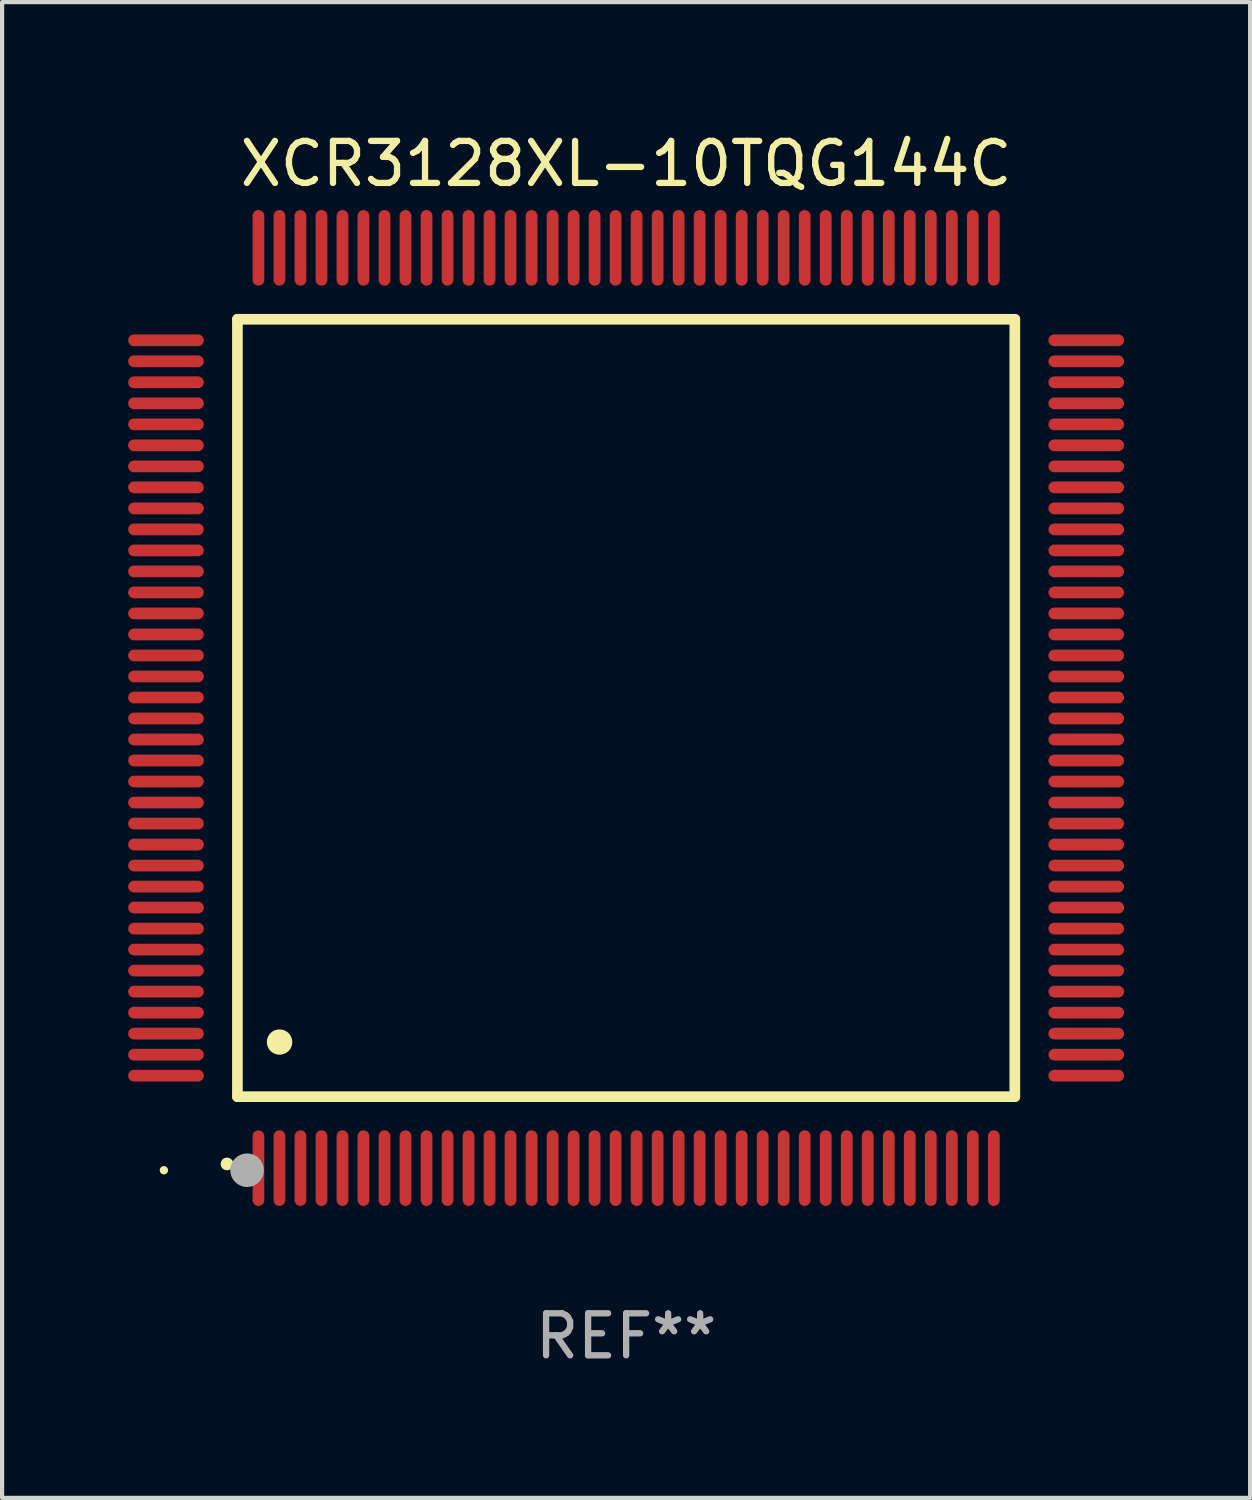
<source format=kicad_pcb>
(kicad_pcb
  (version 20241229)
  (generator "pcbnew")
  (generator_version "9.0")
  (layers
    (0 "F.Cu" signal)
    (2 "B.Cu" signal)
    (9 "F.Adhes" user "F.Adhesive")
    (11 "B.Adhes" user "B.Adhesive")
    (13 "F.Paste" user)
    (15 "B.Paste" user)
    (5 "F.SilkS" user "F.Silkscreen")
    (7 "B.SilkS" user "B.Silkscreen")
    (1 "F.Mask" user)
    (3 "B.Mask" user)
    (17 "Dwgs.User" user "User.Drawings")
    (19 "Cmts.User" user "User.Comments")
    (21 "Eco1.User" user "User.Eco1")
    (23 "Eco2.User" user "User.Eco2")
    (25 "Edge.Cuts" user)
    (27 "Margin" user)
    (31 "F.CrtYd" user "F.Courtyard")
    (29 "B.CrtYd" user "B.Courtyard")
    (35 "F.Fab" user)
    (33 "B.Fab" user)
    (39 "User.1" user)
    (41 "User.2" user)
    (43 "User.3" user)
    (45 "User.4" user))
  (footprint "XCR3128XL-10TQG144C"
    (layer "F.Cu")
    (at 11.85 13.798)
    (property "Reference" "XCR3128XL-10TQG144C" (at 0 -12.95 0) (layer "F.SilkS") (effects (font (size 1 1) (thickness 0.15))))
    (attr through_hole)
    (fp_line (start -9.25 -9.25) (end -9.25 9.25) (stroke (width 0.254) (type solid)) (layer "F.SilkS"))
    (fp_line (start -9.25 9.25) (end 9.25 9.25) (stroke (width 0.254) (type solid)) (layer "F.SilkS"))
    (fp_line (start 9.25 -9.25) (end -9.25 -9.25) (stroke (width 0.254) (type solid)) (layer "F.SilkS"))
    (fp_line (start 9.25 9.25) (end 9.25 -9.25) (stroke (width 0.254) (type solid)) (layer "F.SilkS"))
    (fp_arc (start -9.499619 10.850902) (mid -9.498349 10.850897) (end -9.497079 10.850902) (stroke (width 0.3) (type solid)) (layer "F.SilkS"))
    (fp_arc (start -8.249936 7.950216) (mid -8.247396 7.950205) (end -8.244856 7.950216) (stroke (width 0.6) (type solid)) (layer "F.SilkS"))
    (fp_circle (center -11 11) (end -10.95 11) (stroke (width 0.1) (type solid)) (fill no) (layer "F.SilkS"))
    (fp_circle (center -9.02 11) (end -8.82 11) (stroke (width 0.4) (type solid)) (fill no) (layer "F.Fab"))
    (fp_text user "REF**" (at 0 14.95 0) (layer "F.Fab") (effects (font (size 1 1) (thickness 0.15))))
    (pad "1" smd oval (at -8.75 10.95) (size 0.28 1.8) (layers "F.Cu" "F.Mask" "F.Paste"))
    (pad "2" smd oval (at -8.25 10.95) (size 0.28 1.8) (layers "F.Cu" "F.Mask" "F.Paste"))
    (pad "3" smd oval (at -7.75 10.95) (size 0.28 1.8) (layers "F.Cu" "F.Mask" "F.Paste"))
    (pad "4" smd oval (at -7.25 10.95) (size 0.28 1.8) (layers "F.Cu" "F.Mask" "F.Paste"))
    (pad "5" smd oval (at -6.75 10.95) (size 0.28 1.8) (layers "F.Cu" "F.Mask" "F.Paste"))
    (pad "6" smd oval (at -6.25 10.95) (size 0.28 1.8) (layers "F.Cu" "F.Mask" "F.Paste"))
    (pad "7" smd oval (at -5.75 10.95) (size 0.28 1.8) (layers "F.Cu" "F.Mask" "F.Paste"))
    (pad "8" smd oval (at -5.25 10.95) (size 0.28 1.8) (layers "F.Cu" "F.Mask" "F.Paste"))
    (pad "9" smd oval (at -4.75 10.95) (size 0.28 1.8) (layers "F.Cu" "F.Mask" "F.Paste"))
    (pad "10" smd oval (at -4.25 10.95) (size 0.28 1.8) (layers "F.Cu" "F.Mask" "F.Paste"))
    (pad "11" smd oval (at -3.75 10.95) (size 0.28 1.8) (layers "F.Cu" "F.Mask" "F.Paste"))
    (pad "12" smd oval (at -3.25 10.95) (size 0.28 1.8) (layers "F.Cu" "F.Mask" "F.Paste"))
    (pad "13" smd oval (at -2.75 10.95) (size 0.28 1.8) (layers "F.Cu" "F.Mask" "F.Paste"))
    (pad "14" smd oval (at -2.25 10.95) (size 0.28 1.8) (layers "F.Cu" "F.Mask" "F.Paste"))
    (pad "15" smd oval (at -1.75 10.95) (size 0.28 1.8) (layers "F.Cu" "F.Mask" "F.Paste"))
    (pad "16" smd oval (at -1.25 10.95) (size 0.28 1.8) (layers "F.Cu" "F.Mask" "F.Paste"))
    (pad "17" smd oval (at -0.75 10.95) (size 0.28 1.8) (layers "F.Cu" "F.Mask" "F.Paste"))
    (pad "18" smd oval (at -0.25 10.95) (size 0.28 1.8) (layers "F.Cu" "F.Mask" "F.Paste"))
    (pad "19" smd oval (at 0.25 10.95) (size 0.28 1.8) (layers "F.Cu" "F.Mask" "F.Paste"))
    (pad "20" smd oval (at 0.75 10.95) (size 0.28 1.8) (layers "F.Cu" "F.Mask" "F.Paste"))
    (pad "21" smd oval (at 1.25 10.95) (size 0.28 1.8) (layers "F.Cu" "F.Mask" "F.Paste"))
    (pad "22" smd oval (at 1.75 10.95) (size 0.28 1.8) (layers "F.Cu" "F.Mask" "F.Paste"))
    (pad "23" smd oval (at 2.25 10.95) (size 0.28 1.8) (layers "F.Cu" "F.Mask" "F.Paste"))
    (pad "24" smd oval (at 2.75 10.95) (size 0.28 1.8) (layers "F.Cu" "F.Mask" "F.Paste"))
    (pad "25" smd oval (at 3.25 10.95) (size 0.28 1.8) (layers "F.Cu" "F.Mask" "F.Paste"))
    (pad "26" smd oval (at 3.75 10.95) (size 0.28 1.8) (layers "F.Cu" "F.Mask" "F.Paste"))
    (pad "27" smd oval (at 4.25 10.95) (size 0.28 1.8) (layers "F.Cu" "F.Mask" "F.Paste"))
    (pad "28" smd oval (at 4.75 10.95) (size 0.28 1.8) (layers "F.Cu" "F.Mask" "F.Paste"))
    (pad "29" smd oval (at 5.25 10.95) (size 0.28 1.8) (layers "F.Cu" "F.Mask" "F.Paste"))
    (pad "30" smd oval (at 5.75 10.95) (size 0.28 1.8) (layers "F.Cu" "F.Mask" "F.Paste"))
    (pad "31" smd oval (at 6.25 10.95) (size 0.28 1.8) (layers "F.Cu" "F.Mask" "F.Paste"))
    (pad "32" smd oval (at 6.75 10.95) (size 0.28 1.8) (layers "F.Cu" "F.Mask" "F.Paste"))
    (pad "33" smd oval (at 7.25 10.95) (size 0.28 1.8) (layers "F.Cu" "F.Mask" "F.Paste"))
    (pad "34" smd oval (at 7.75 10.95) (size 0.28 1.8) (layers "F.Cu" "F.Mask" "F.Paste"))
    (pad "35" smd oval (at 8.25 10.95) (size 0.28 1.8) (layers "F.Cu" "F.Mask" "F.Paste"))
    (pad "36" smd oval (at 8.75 10.95) (size 0.28 1.8) (layers "F.Cu" "F.Mask" "F.Paste"))
    (pad "37" smd oval (at 10.95 8.75) (size 1.8 0.28) (layers "F.Cu" "F.Mask" "F.Paste"))
    (pad "38" smd oval (at 10.95 8.25) (size 1.8 0.28) (layers "F.Cu" "F.Mask" "F.Paste"))
    (pad "39" smd oval (at 10.95 7.75) (size 1.8 0.28) (layers "F.Cu" "F.Mask" "F.Paste"))
    (pad "40" smd oval (at 10.95 7.25) (size 1.8 0.28) (layers "F.Cu" "F.Mask" "F.Paste"))
    (pad "41" smd oval (at 10.95 6.75) (size 1.8 0.28) (layers "F.Cu" "F.Mask" "F.Paste"))
    (pad "42" smd oval (at 10.95 6.25) (size 1.8 0.28) (layers "F.Cu" "F.Mask" "F.Paste"))
    (pad "43" smd oval (at 10.95 5.75) (size 1.8 0.28) (layers "F.Cu" "F.Mask" "F.Paste"))
    (pad "44" smd oval (at 10.95 5.25) (size 1.8 0.28) (layers "F.Cu" "F.Mask" "F.Paste"))
    (pad "45" smd oval (at 10.95 4.75) (size 1.8 0.28) (layers "F.Cu" "F.Mask" "F.Paste"))
    (pad "46" smd oval (at 10.95 4.25) (size 1.8 0.28) (layers "F.Cu" "F.Mask" "F.Paste"))
    (pad "47" smd oval (at 10.95 3.75) (size 1.8 0.28) (layers "F.Cu" "F.Mask" "F.Paste"))
    (pad "48" smd oval (at 10.95 3.25) (size 1.8 0.28) (layers "F.Cu" "F.Mask" "F.Paste"))
    (pad "49" smd oval (at 10.95 2.75) (size 1.8 0.28) (layers "F.Cu" "F.Mask" "F.Paste"))
    (pad "50" smd oval (at 10.95 2.25) (size 1.8 0.28) (layers "F.Cu" "F.Mask" "F.Paste"))
    (pad "51" smd oval (at 10.95 1.75) (size 1.8 0.28) (layers "F.Cu" "F.Mask" "F.Paste"))
    (pad "52" smd oval (at 10.95 1.25) (size 1.8 0.28) (layers "F.Cu" "F.Mask" "F.Paste"))
    (pad "53" smd oval (at 10.95 0.75) (size 1.8 0.28) (layers "F.Cu" "F.Mask" "F.Paste"))
    (pad "54" smd oval (at 10.95 0.25) (size 1.8 0.28) (layers "F.Cu" "F.Mask" "F.Paste"))
    (pad "55" smd oval (at 10.95 -0.25) (size 1.8 0.28) (layers "F.Cu" "F.Mask" "F.Paste"))
    (pad "56" smd oval (at 10.95 -0.75) (size 1.8 0.28) (layers "F.Cu" "F.Mask" "F.Paste"))
    (pad "57" smd oval (at 10.95 -1.25) (size 1.8 0.28) (layers "F.Cu" "F.Mask" "F.Paste"))
    (pad "58" smd oval (at 10.95 -1.75) (size 1.8 0.28) (layers "F.Cu" "F.Mask" "F.Paste"))
    (pad "59" smd oval (at 10.95 -2.25) (size 1.8 0.28) (layers "F.Cu" "F.Mask" "F.Paste"))
    (pad "60" smd oval (at 10.95 -2.75) (size 1.8 0.28) (layers "F.Cu" "F.Mask" "F.Paste"))
    (pad "61" smd oval (at 10.95 -3.25) (size 1.8 0.28) (layers "F.Cu" "F.Mask" "F.Paste"))
    (pad "62" smd oval (at 10.95 -3.75) (size 1.8 0.28) (layers "F.Cu" "F.Mask" "F.Paste"))
    (pad "63" smd oval (at 10.95 -4.25) (size 1.8 0.28) (layers "F.Cu" "F.Mask" "F.Paste"))
    (pad "64" smd oval (at 10.95 -4.75) (size 1.8 0.28) (layers "F.Cu" "F.Mask" "F.Paste"))
    (pad "65" smd oval (at 10.95 -5.25) (size 1.8 0.28) (layers "F.Cu" "F.Mask" "F.Paste"))
    (pad "66" smd oval (at 10.95 -5.75) (size 1.8 0.28) (layers "F.Cu" "F.Mask" "F.Paste"))
    (pad "67" smd oval (at 10.95 -6.25) (size 1.8 0.28) (layers "F.Cu" "F.Mask" "F.Paste"))
    (pad "68" smd oval (at 10.95 -6.75) (size 1.8 0.28) (layers "F.Cu" "F.Mask" "F.Paste"))
    (pad "69" smd oval (at 10.95 -7.25) (size 1.8 0.28) (layers "F.Cu" "F.Mask" "F.Paste"))
    (pad "70" smd oval (at 10.95 -7.75) (size 1.8 0.28) (layers "F.Cu" "F.Mask" "F.Paste"))
    (pad "71" smd oval (at 10.95 -8.25) (size 1.8 0.28) (layers "F.Cu" "F.Mask" "F.Paste"))
    (pad "72" smd oval (at 10.95 -8.75) (size 1.8 0.28) (layers "F.Cu" "F.Mask" "F.Paste"))
    (pad "73" smd oval (at 8.75 -10.95) (size 0.28 1.8) (layers "F.Cu" "F.Mask" "F.Paste"))
    (pad "74" smd oval (at 8.25 -10.95) (size 0.28 1.8) (layers "F.Cu" "F.Mask" "F.Paste"))
    (pad "75" smd oval (at 7.75 -10.95) (size 0.28 1.8) (layers "F.Cu" "F.Mask" "F.Paste"))
    (pad "76" smd oval (at 7.25 -10.95) (size 0.28 1.8) (layers "F.Cu" "F.Mask" "F.Paste"))
    (pad "77" smd oval (at 6.75 -10.95) (size 0.28 1.8) (layers "F.Cu" "F.Mask" "F.Paste"))
    (pad "78" smd oval (at 6.25 -10.95) (size 0.28 1.8) (layers "F.Cu" "F.Mask" "F.Paste"))
    (pad "79" smd oval (at 5.75 -10.95) (size 0.28 1.8) (layers "F.Cu" "F.Mask" "F.Paste"))
    (pad "80" smd oval (at 5.25 -10.95) (size 0.28 1.8) (layers "F.Cu" "F.Mask" "F.Paste"))
    (pad "81" smd oval (at 4.75 -10.95) (size 0.28 1.8) (layers "F.Cu" "F.Mask" "F.Paste"))
    (pad "82" smd oval (at 4.25 -10.95) (size 0.28 1.8) (layers "F.Cu" "F.Mask" "F.Paste"))
    (pad "83" smd oval (at 3.75 -10.95) (size 0.28 1.8) (layers "F.Cu" "F.Mask" "F.Paste"))
    (pad "84" smd oval (at 3.25 -10.95) (size 0.28 1.8) (layers "F.Cu" "F.Mask" "F.Paste"))
    (pad "85" smd oval (at 2.75 -10.95) (size 0.28 1.8) (layers "F.Cu" "F.Mask" "F.Paste"))
    (pad "86" smd oval (at 2.25 -10.95) (size 0.28 1.8) (layers "F.Cu" "F.Mask" "F.Paste"))
    (pad "87" smd oval (at 1.75 -10.95) (size 0.28 1.8) (layers "F.Cu" "F.Mask" "F.Paste"))
    (pad "88" smd oval (at 1.25 -10.95) (size 0.28 1.8) (layers "F.Cu" "F.Mask" "F.Paste"))
    (pad "89" smd oval (at 0.75 -10.95) (size 0.28 1.8) (layers "F.Cu" "F.Mask" "F.Paste"))
    (pad "90" smd oval (at 0.25 -10.95) (size 0.28 1.8) (layers "F.Cu" "F.Mask" "F.Paste"))
    (pad "91" smd oval (at -0.25 -10.95) (size 0.28 1.8) (layers "F.Cu" "F.Mask" "F.Paste"))
    (pad "92" smd oval (at -0.75 -10.95) (size 0.28 1.8) (layers "F.Cu" "F.Mask" "F.Paste"))
    (pad "93" smd oval (at -1.25 -10.95) (size 0.28 1.8) (layers "F.Cu" "F.Mask" "F.Paste"))
    (pad "94" smd oval (at -1.75 -10.95) (size 0.28 1.8) (layers "F.Cu" "F.Mask" "F.Paste"))
    (pad "95" smd oval (at -2.25 -10.95) (size 0.28 1.8) (layers "F.Cu" "F.Mask" "F.Paste"))
    (pad "96" smd oval (at -2.75 -10.95) (size 0.28 1.8) (layers "F.Cu" "F.Mask" "F.Paste"))
    (pad "97" smd oval (at -3.25 -10.95) (size 0.28 1.8) (layers "F.Cu" "F.Mask" "F.Paste"))
    (pad "98" smd oval (at -3.75 -10.95) (size 0.28 1.8) (layers "F.Cu" "F.Mask" "F.Paste"))
    (pad "99" smd oval (at -4.25 -10.95) (size 0.28 1.8) (layers "F.Cu" "F.Mask" "F.Paste"))
    (pad "100" smd oval (at -4.75 -10.95) (size 0.28 1.8) (layers "F.Cu" "F.Mask" "F.Paste"))
    (pad "101" smd oval (at -5.25 -10.95) (size 0.28 1.8) (layers "F.Cu" "F.Mask" "F.Paste"))
    (pad "102" smd oval (at -5.75 -10.95) (size 0.28 1.8) (layers "F.Cu" "F.Mask" "F.Paste"))
    (pad "103" smd oval (at -6.25 -10.95) (size 0.28 1.8) (layers "F.Cu" "F.Mask" "F.Paste"))
    (pad "104" smd oval (at -6.75 -10.95) (size 0.28 1.8) (layers "F.Cu" "F.Mask" "F.Paste"))
    (pad "105" smd oval (at -7.25 -10.95) (size 0.28 1.8) (layers "F.Cu" "F.Mask" "F.Paste"))
    (pad "106" smd oval (at -7.75 -10.95) (size 0.28 1.8) (layers "F.Cu" "F.Mask" "F.Paste"))
    (pad "107" smd oval (at -8.25 -10.95) (size 0.28 1.8) (layers "F.Cu" "F.Mask" "F.Paste"))
    (pad "108" smd oval (at -8.75 -10.95) (size 0.28 1.8) (layers "F.Cu" "F.Mask" "F.Paste"))
    (pad "109" smd oval (at -10.95 -8.75) (size 1.8 0.28) (layers "F.Cu" "F.Mask" "F.Paste"))
    (pad "110" smd oval (at -10.95 -8.25) (size 1.8 0.28) (layers "F.Cu" "F.Mask" "F.Paste"))
    (pad "111" smd oval (at -10.95 -7.75) (size 1.8 0.28) (layers "F.Cu" "F.Mask" "F.Paste"))
    (pad "112" smd oval (at -10.95 -7.25) (size 1.8 0.28) (layers "F.Cu" "F.Mask" "F.Paste"))
    (pad "113" smd oval (at -10.95 -6.75) (size 1.8 0.28) (layers "F.Cu" "F.Mask" "F.Paste"))
    (pad "114" smd oval (at -10.95 -6.25) (size 1.8 0.28) (layers "F.Cu" "F.Mask" "F.Paste"))
    (pad "115" smd oval (at -10.95 -5.75) (size 1.8 0.28) (layers "F.Cu" "F.Mask" "F.Paste"))
    (pad "116" smd oval (at -10.95 -5.25) (size 1.8 0.28) (layers "F.Cu" "F.Mask" "F.Paste"))
    (pad "117" smd oval (at -10.95 -4.75) (size 1.8 0.28) (layers "F.Cu" "F.Mask" "F.Paste"))
    (pad "118" smd oval (at -10.95 -4.25) (size 1.8 0.28) (layers "F.Cu" "F.Mask" "F.Paste"))
    (pad "119" smd oval (at -10.95 -3.75) (size 1.8 0.28) (layers "F.Cu" "F.Mask" "F.Paste"))
    (pad "120" smd oval (at -10.95 -3.25) (size 1.8 0.28) (layers "F.Cu" "F.Mask" "F.Paste"))
    (pad "121" smd oval (at -10.95 -2.75) (size 1.8 0.28) (layers "F.Cu" "F.Mask" "F.Paste"))
    (pad "122" smd oval (at -10.95 -2.25) (size 1.8 0.28) (layers "F.Cu" "F.Mask" "F.Paste"))
    (pad "123" smd oval (at -10.95 -1.75) (size 1.8 0.28) (layers "F.Cu" "F.Mask" "F.Paste"))
    (pad "124" smd oval (at -10.95 -1.25) (size 1.8 0.28) (layers "F.Cu" "F.Mask" "F.Paste"))
    (pad "125" smd oval (at -10.95 -0.75) (size 1.8 0.28) (layers "F.Cu" "F.Mask" "F.Paste"))
    (pad "126" smd oval (at -10.95 -0.25) (size 1.8 0.28) (layers "F.Cu" "F.Mask" "F.Paste"))
    (pad "127" smd oval (at -10.95 0.25) (size 1.8 0.28) (layers "F.Cu" "F.Mask" "F.Paste"))
    (pad "128" smd oval (at -10.95 0.75) (size 1.8 0.28) (layers "F.Cu" "F.Mask" "F.Paste"))
    (pad "129" smd oval (at -10.95 1.25) (size 1.8 0.28) (layers "F.Cu" "F.Mask" "F.Paste"))
    (pad "130" smd oval (at -10.95 1.75) (size 1.8 0.28) (layers "F.Cu" "F.Mask" "F.Paste"))
    (pad "131" smd oval (at -10.95 2.25) (size 1.8 0.28) (layers "F.Cu" "F.Mask" "F.Paste"))
    (pad "132" smd oval (at -10.95 2.75) (size 1.8 0.28) (layers "F.Cu" "F.Mask" "F.Paste"))
    (pad "133" smd oval (at -10.95 3.25) (size 1.8 0.28) (layers "F.Cu" "F.Mask" "F.Paste"))
    (pad "134" smd oval (at -10.95 3.75) (size 1.8 0.28) (layers "F.Cu" "F.Mask" "F.Paste"))
    (pad "135" smd oval (at -10.95 4.25) (size 1.8 0.28) (layers "F.Cu" "F.Mask" "F.Paste"))
    (pad "136" smd oval (at -10.95 4.75) (size 1.8 0.28) (layers "F.Cu" "F.Mask" "F.Paste"))
    (pad "137" smd oval (at -10.95 5.25) (size 1.8 0.28) (layers "F.Cu" "F.Mask" "F.Paste"))
    (pad "138" smd oval (at -10.95 5.75) (size 1.8 0.28) (layers "F.Cu" "F.Mask" "F.Paste"))
    (pad "139" smd oval (at -10.95 6.25) (size 1.8 0.28) (layers "F.Cu" "F.Mask" "F.Paste"))
    (pad "140" smd oval (at -10.95 6.75) (size 1.8 0.28) (layers "F.Cu" "F.Mask" "F.Paste"))
    (pad "141" smd oval (at -10.95 7.25) (size 1.8 0.28) (layers "F.Cu" "F.Mask" "F.Paste"))
    (pad "142" smd oval (at -10.95 7.75) (size 1.8 0.28) (layers "F.Cu" "F.Mask" "F.Paste"))
    (pad "143" smd oval (at -10.95 8.25) (size 1.8 0.28) (layers "F.Cu" "F.Mask" "F.Paste"))
    (pad "144" smd oval (at -10.95 8.75) (size 1.8 0.28) (layers "F.Cu" "F.Mask" "F.Paste")))
  (gr_rect
    (start -3 -3)
    (end 26.7 32.596)
    (stroke (width 0.1) (type default))
    (fill no)
    (layer "Edge.Cuts")))
</source>
